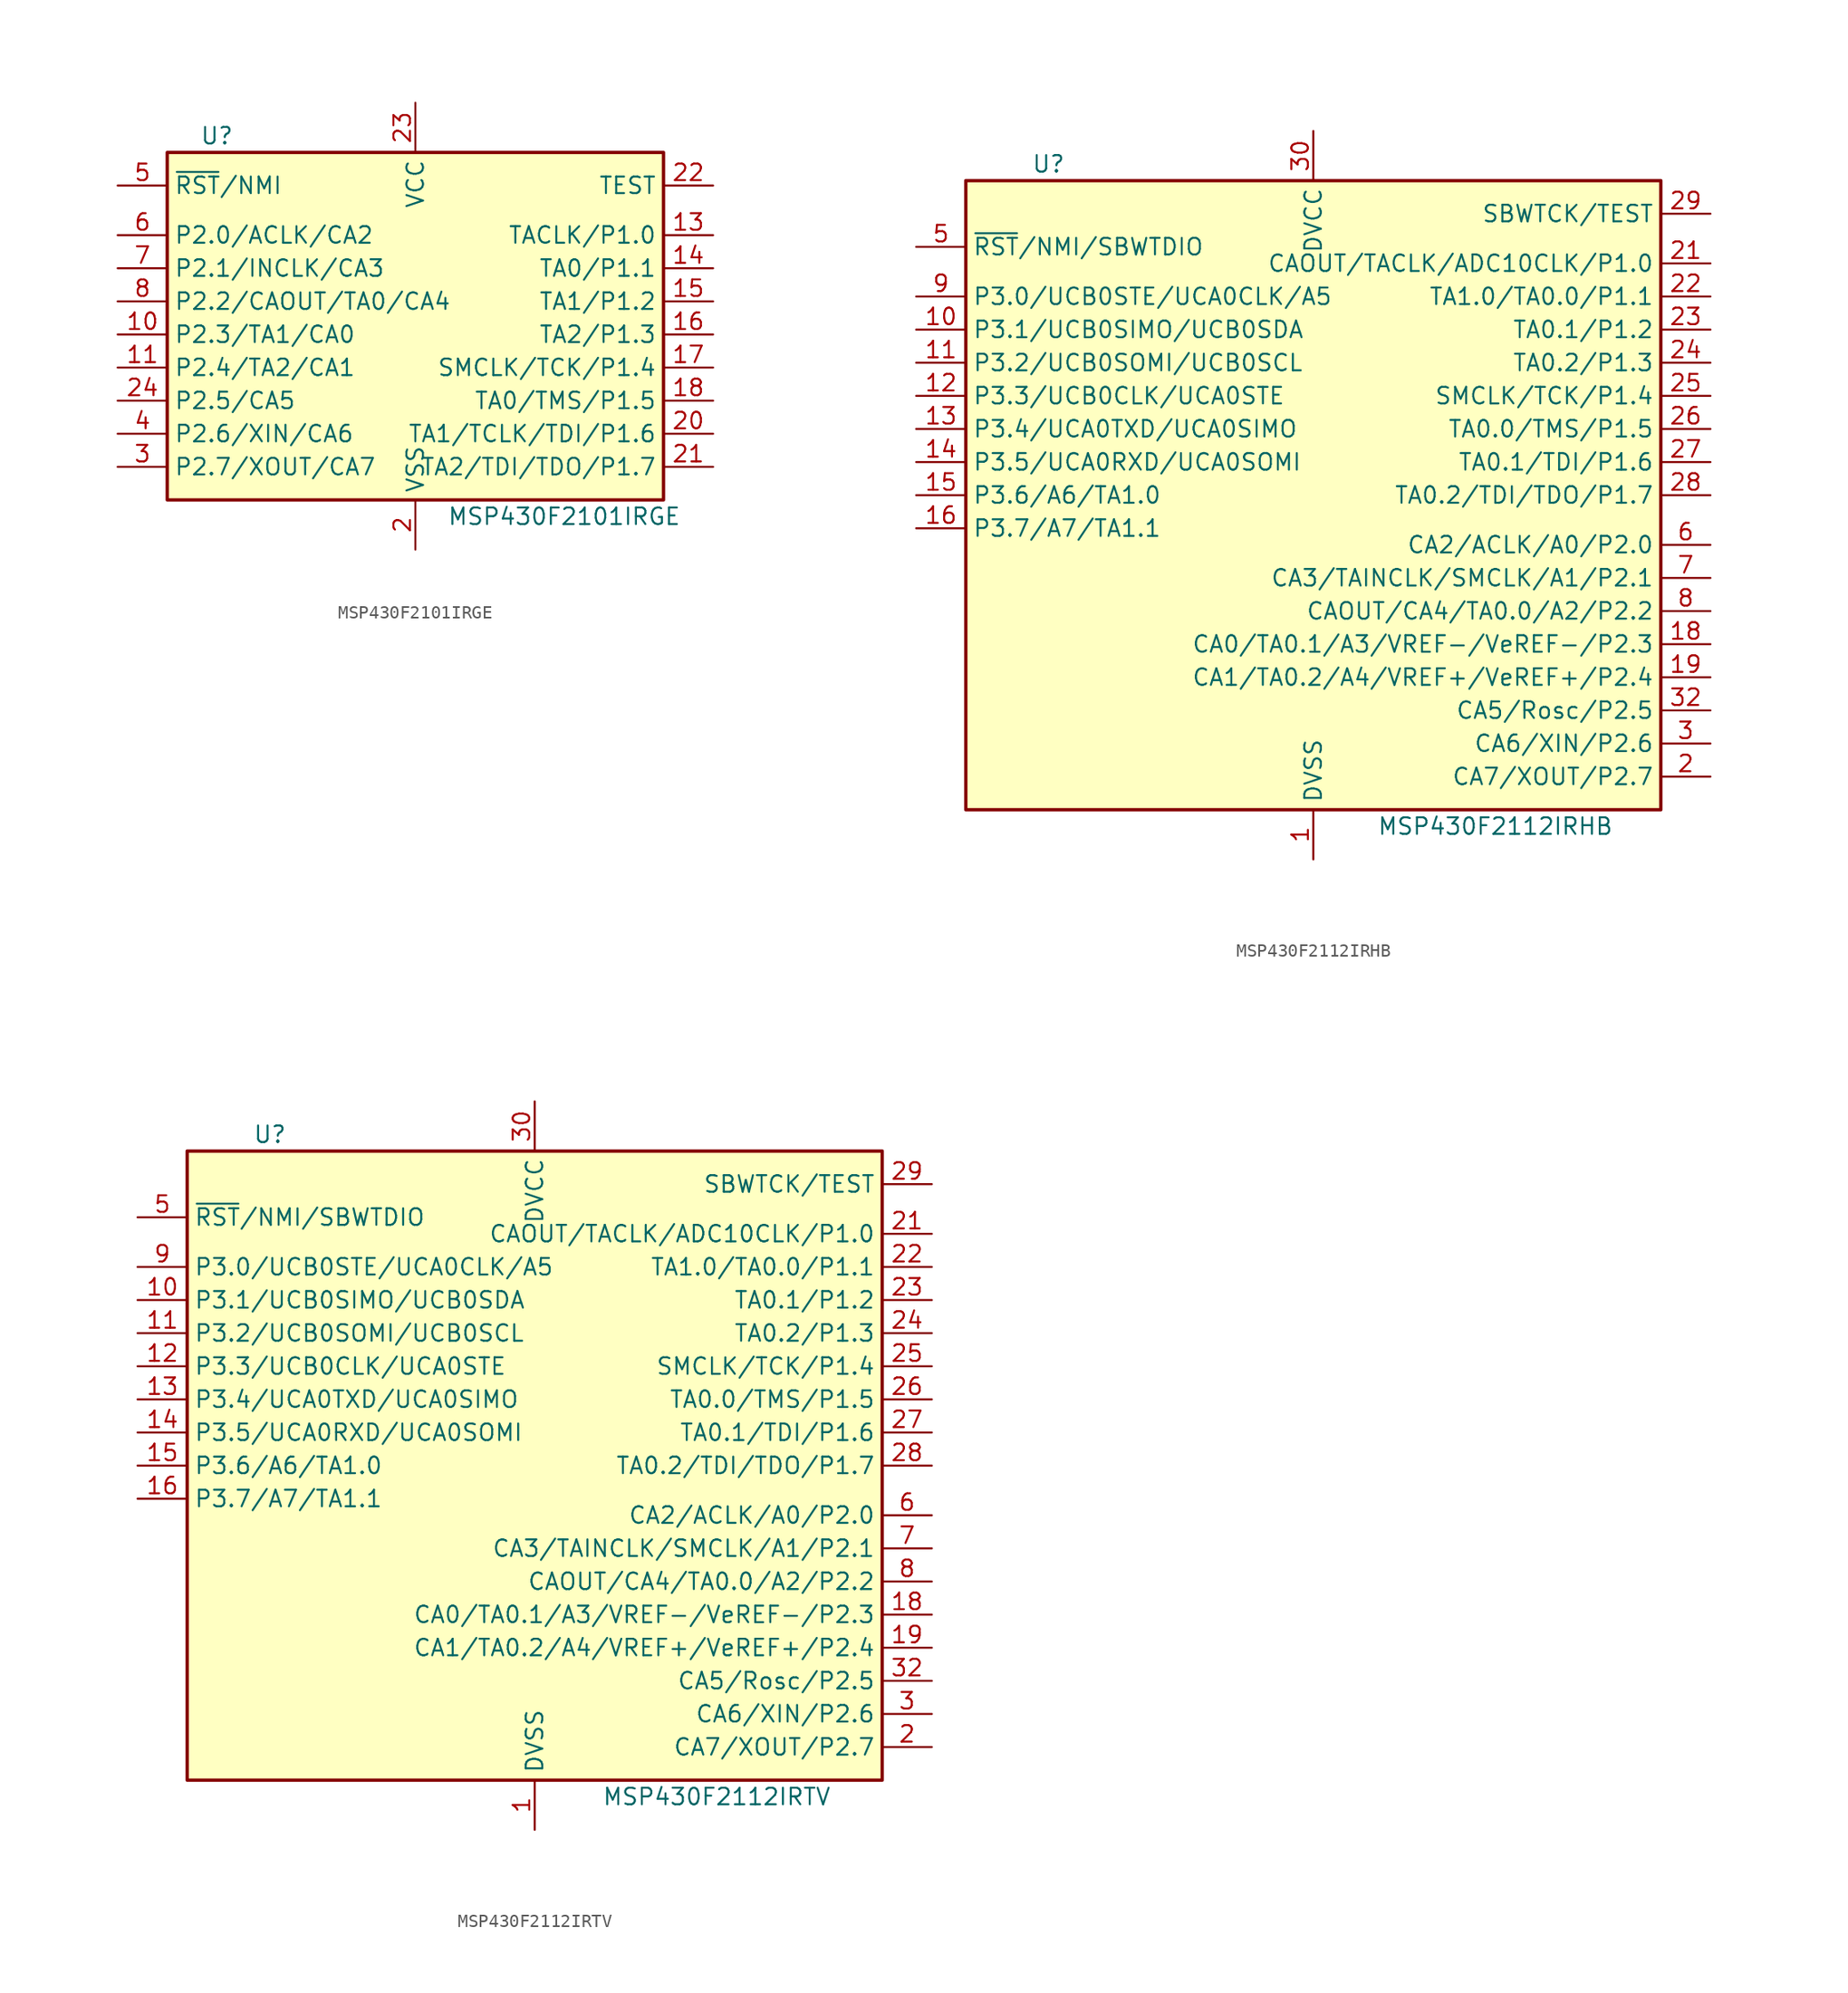
<source format=kicad_sym>
(kicad_symbol_lib
  (version 20201005)
  (generator kicad_symbol_editor)
  (symbol "MSP430F2101IRGE"
    (property "Reference" "U"
      (at -15.24 15.24 0)
      (effects (font (size 1.27 1.27))))
    (property "Value" "MSP430F2101IRGE"
      (at 11.43 -13.97 0)
      (effects (font (size 1.27 1.27))))
    (symbol "MSP430F2101IRGE_0_1"
      (rectangle (start -19.05 13.97) (end 19.05 -12.7) (stroke (width 0.254)) (fill (type background))))
    (symbol "MSP430F2101IRGE_1_1"
      (pin bidirectional line (at -22.86 0 0) (length 3.81) (name "P2.3/TA1/CA0" (effects (font (size 1.27 1.27)))) (number "10" (effects (font (size 1.27 1.27)))))
      (pin bidirectional line (at -22.86 -2.54 0) (length 3.81) (name "P2.4/TA2/CA1" (effects (font (size 1.27 1.27)))) (number "11" (effects (font (size 1.27 1.27)))))
      (pin bidirectional line (at 22.86 7.62 180) (length 3.81) (name "TACLK/P1.0" (effects (font (size 1.27 1.27)))) (number "13" (effects (font (size 1.27 1.27)))))
      (pin bidirectional line (at 22.86 5.08 180) (length 3.81) (name "TA0/P1.1" (effects (font (size 1.27 1.27)))) (number "14" (effects (font (size 1.27 1.27)))))
      (pin bidirectional line (at 22.86 2.54 180) (length 3.81) (name "TA1/P1.2" (effects (font (size 1.27 1.27)))) (number "15" (effects (font (size 1.27 1.27)))))
      (pin bidirectional line (at 22.86 0 180) (length 3.81) (name "TA2/P1.3" (effects (font (size 1.27 1.27)))) (number "16" (effects (font (size 1.27 1.27)))))
      (pin bidirectional line (at 22.86 -2.54 180) (length 3.81) (name "SMCLK/TCK/P1.4" (effects (font (size 1.27 1.27)))) (number "17" (effects (font (size 1.27 1.27)))))
      (pin bidirectional line (at 22.86 -5.08 180) (length 3.81) (name "TA0/TMS/P1.5" (effects (font (size 1.27 1.27)))) (number "18" (effects (font (size 1.27 1.27)))))
      (pin power_in line (at 0 -16.51 90) (length 3.81) (name "VSS" (effects (font (size 1.27 1.27)))) (number "2" (effects (font (size 1.27 1.27)))))
      (pin bidirectional line (at 22.86 -7.62 180) (length 3.81) (name "TA1/TCLK/TDI/P1.6" (effects (font (size 1.27 1.27)))) (number "20" (effects (font (size 1.27 1.27)))))
      (pin bidirectional line (at 22.86 -10.16 180) (length 3.81) (name "TA2/TDI/TDO/P1.7" (effects (font (size 1.27 1.27)))) (number "21" (effects (font (size 1.27 1.27)))))
      (pin input line (at 22.86 11.43 180) (length 3.81) (name "TEST" (effects (font (size 1.27 1.27)))) (number "22" (effects (font (size 1.27 1.27)))))
      (pin power_in line (at 0 17.78 270) (length 3.81) (name "VCC" (effects (font (size 1.27 1.27)))) (number "23" (effects (font (size 1.27 1.27)))))
      (pin bidirectional line (at -22.86 -5.08 0) (length 3.81) (name "P2.5/CA5" (effects (font (size 1.27 1.27)))) (number "24" (effects (font (size 1.27 1.27)))))
      (pin bidirectional line (at -22.86 -10.16 0) (length 3.81) (name "P2.7/XOUT/CA7" (effects (font (size 1.27 1.27)))) (number "3" (effects (font (size 1.27 1.27)))))
      (pin bidirectional line (at -22.86 -7.62 0) (length 3.81) (name "P2.6/XIN/CA6" (effects (font (size 1.27 1.27)))) (number "4" (effects (font (size 1.27 1.27)))))
      (pin input line (at -22.86 11.43 0) (length 3.81) (name "~RST~/NMI" (effects (font (size 1.27 1.27)))) (number "5" (effects (font (size 1.27 1.27)))))
      (pin bidirectional line (at -22.86 7.62 0) (length 3.81) (name "P2.0/ACLK/CA2" (effects (font (size 1.27 1.27)))) (number "6" (effects (font (size 1.27 1.27)))))
      (pin bidirectional line (at -22.86 5.08 0) (length 3.81) (name "P2.1/INCLK/CA3" (effects (font (size 1.27 1.27)))) (number "7" (effects (font (size 1.27 1.27)))))
      (pin bidirectional line (at -22.86 2.54 0) (length 3.81) (name "P2.2/CAOUT/TA0/CA4" (effects (font (size 1.27 1.27)))) (number "8" (effects (font (size 1.27 1.27)))))))
  (symbol "MSP430F2112IRHB"
    (property "Reference" "U"
      (at -20.32 25.4 0)
      (effects (font (size 1.27 1.27))))
    (property "Value" "MSP430F2112IRHB"
      (at 13.97 -25.4 0)
      (effects (font (size 1.27 1.27))))
    (symbol "MSP430F2112IRHB_0_1"
      (rectangle (start -26.67 24.13) (end 26.67 -24.13) (stroke (width 0.254)) (fill (type background))))
    (symbol "MSP430F2112IRHB_1_1"
      (pin power_in line (at 0 -27.94 90) (length 3.81) (name "DVSS" (effects (font (size 1.27 1.27)))) (number "1" (effects (font (size 1.27 1.27)))))
      (pin bidirectional line (at -30.48 12.7 0) (length 3.81) (name "P3.1/UCB0SIMO/UCB0SDA" (effects (font (size 1.27 1.27)))) (number "10" (effects (font (size 1.27 1.27)))))
      (pin bidirectional line (at -30.48 10.16 0) (length 3.81) (name "P3.2/UCB0SOMI/UCB0SCL" (effects (font (size 1.27 1.27)))) (number "11" (effects (font (size 1.27 1.27)))))
      (pin bidirectional line (at -30.48 7.62 0) (length 3.81) (name "P3.3/UCB0CLK/UCA0STE" (effects (font (size 1.27 1.27)))) (number "12" (effects (font (size 1.27 1.27)))))
      (pin bidirectional line (at -30.48 5.08 0) (length 3.81) (name "P3.4/UCA0TXD/UCA0SIMO" (effects (font (size 1.27 1.27)))) (number "13" (effects (font (size 1.27 1.27)))))
      (pin bidirectional line (at -30.48 2.54 0) (length 3.81) (name "P3.5/UCA0RXD/UCA0SOMI" (effects (font (size 1.27 1.27)))) (number "14" (effects (font (size 1.27 1.27)))))
      (pin bidirectional line (at -30.48 0 0) (length 3.81) (name "P3.6/A6/TA1.0" (effects (font (size 1.27 1.27)))) (number "15" (effects (font (size 1.27 1.27)))))
      (pin bidirectional line (at -30.48 -2.54 0) (length 3.81) (name "P3.7/A7/TA1.1" (effects (font (size 1.27 1.27)))) (number "16" (effects (font (size 1.27 1.27)))))
      (pin bidirectional line (at 30.48 -11.43 180) (length 3.81) (name "CA0/TA0.1/A3/VREF-/VeREF-/P2.3" (effects (font (size 1.27 1.27)))) (number "18" (effects (font (size 1.27 1.27)))))
      (pin bidirectional line (at 30.48 -13.97 180) (length 3.81) (name "CA1/TA0.2/A4/VREF+/VeREF+/P2.4" (effects (font (size 1.27 1.27)))) (number "19" (effects (font (size 1.27 1.27)))))
      (pin bidirectional line (at 30.48 -21.59 180) (length 3.81) (name "CA7/XOUT/P2.7" (effects (font (size 1.27 1.27)))) (number "2" (effects (font (size 1.27 1.27)))))
      (pin bidirectional line (at 30.48 17.78 180) (length 3.81) (name "CAOUT/TACLK/ADC10CLK/P1.0" (effects (font (size 1.27 1.27)))) (number "21" (effects (font (size 1.27 1.27)))))
      (pin bidirectional line (at 30.48 15.24 180) (length 3.81) (name "TA1.0/TA0.0/P1.1" (effects (font (size 1.27 1.27)))) (number "22" (effects (font (size 1.27 1.27)))))
      (pin bidirectional line (at 30.48 12.7 180) (length 3.81) (name "TA0.1/P1.2" (effects (font (size 1.27 1.27)))) (number "23" (effects (font (size 1.27 1.27)))))
      (pin bidirectional line (at 30.48 10.16 180) (length 3.81) (name "TA0.2/P1.3" (effects (font (size 1.27 1.27)))) (number "24" (effects (font (size 1.27 1.27)))))
      (pin bidirectional line (at 30.48 7.62 180) (length 3.81) (name "SMCLK/TCK/P1.4" (effects (font (size 1.27 1.27)))) (number "25" (effects (font (size 1.27 1.27)))))
      (pin bidirectional line (at 30.48 5.08 180) (length 3.81) (name "TA0.0/TMS/P1.5" (effects (font (size 1.27 1.27)))) (number "26" (effects (font (size 1.27 1.27)))))
      (pin bidirectional line (at 30.48 2.54 180) (length 3.81) (name "TA0.1/TDI/P1.6" (effects (font (size 1.27 1.27)))) (number "27" (effects (font (size 1.27 1.27)))))
      (pin bidirectional line (at 30.48 0 180) (length 3.81) (name "TA0.2/TDI/TDO/P1.7" (effects (font (size 1.27 1.27)))) (number "28" (effects (font (size 1.27 1.27)))))
      (pin input line (at 30.48 21.59 180) (length 3.81) (name "SBWTCK/TEST" (effects (font (size 1.27 1.27)))) (number "29" (effects (font (size 1.27 1.27)))))
      (pin bidirectional line (at 30.48 -19.05 180) (length 3.81) (name "CA6/XIN/P2.6" (effects (font (size 1.27 1.27)))) (number "3" (effects (font (size 1.27 1.27)))))
      (pin power_in line (at 0 27.94 270) (length 3.81) (name "DVCC" (effects (font (size 1.27 1.27)))) (number "30" (effects (font (size 1.27 1.27)))))
      (pin bidirectional line (at 30.48 -16.51 180) (length 3.81) (name "CA5/Rosc/P2.5" (effects (font (size 1.27 1.27)))) (number "32" (effects (font (size 1.27 1.27)))))
      (pin bidirectional line (at -30.48 19.05 0) (length 3.81) (name "~RST~/NMI/SBWTDIO" (effects (font (size 1.27 1.27)))) (number "5" (effects (font (size 1.27 1.27)))))
      (pin bidirectional line (at 30.48 -3.81 180) (length 3.81) (name "CA2/ACLK/A0/P2.0" (effects (font (size 1.27 1.27)))) (number "6" (effects (font (size 1.27 1.27)))))
      (pin bidirectional line (at 30.48 -6.35 180) (length 3.81) (name "CA3/TAINCLK/SMCLK/A1/P2.1" (effects (font (size 1.27 1.27)))) (number "7" (effects (font (size 1.27 1.27)))))
      (pin bidirectional line (at 30.48 -8.89 180) (length 3.81) (name "CAOUT/CA4/TA0.0/A2/P2.2" (effects (font (size 1.27 1.27)))) (number "8" (effects (font (size 1.27 1.27)))))
      (pin bidirectional line (at -30.48 15.24 0) (length 3.81) (name "P3.0/UCB0STE/UCA0CLK/A5" (effects (font (size 1.27 1.27)))) (number "9" (effects (font (size 1.27 1.27)))))))
  (symbol "MSP430F2112IRTV"
    (property "Reference" "U"
      (at -20.32 25.4 0)
      (effects (font (size 1.27 1.27))))
    (property "Value" "MSP430F2112IRTV"
      (at 13.97 -25.4 0)
      (effects (font (size 1.27 1.27))))
    (symbol "MSP430F2112IRTV_0_1"
      (rectangle (start -26.67 24.13) (end 26.67 -24.13) (stroke (width 0.254)) (fill (type background))))
    (symbol "MSP430F2112IRTV_1_1"
      (pin power_in line (at 0 -27.94 90) (length 3.81) (name "DVSS" (effects (font (size 1.27 1.27)))) (number "1" (effects (font (size 1.27 1.27)))))
      (pin bidirectional line (at -30.48 12.7 0) (length 3.81) (name "P3.1/UCB0SIMO/UCB0SDA" (effects (font (size 1.27 1.27)))) (number "10" (effects (font (size 1.27 1.27)))))
      (pin bidirectional line (at -30.48 10.16 0) (length 3.81) (name "P3.2/UCB0SOMI/UCB0SCL" (effects (font (size 1.27 1.27)))) (number "11" (effects (font (size 1.27 1.27)))))
      (pin bidirectional line (at -30.48 7.62 0) (length 3.81) (name "P3.3/UCB0CLK/UCA0STE" (effects (font (size 1.27 1.27)))) (number "12" (effects (font (size 1.27 1.27)))))
      (pin bidirectional line (at -30.48 5.08 0) (length 3.81) (name "P3.4/UCA0TXD/UCA0SIMO" (effects (font (size 1.27 1.27)))) (number "13" (effects (font (size 1.27 1.27)))))
      (pin bidirectional line (at -30.48 2.54 0) (length 3.81) (name "P3.5/UCA0RXD/UCA0SOMI" (effects (font (size 1.27 1.27)))) (number "14" (effects (font (size 1.27 1.27)))))
      (pin bidirectional line (at -30.48 0 0) (length 3.81) (name "P3.6/A6/TA1.0" (effects (font (size 1.27 1.27)))) (number "15" (effects (font (size 1.27 1.27)))))
      (pin bidirectional line (at -30.48 -2.54 0) (length 3.81) (name "P3.7/A7/TA1.1" (effects (font (size 1.27 1.27)))) (number "16" (effects (font (size 1.27 1.27)))))
      (pin bidirectional line (at 30.48 -11.43 180) (length 3.81) (name "CA0/TA0.1/A3/VREF-/VeREF-/P2.3" (effects (font (size 1.27 1.27)))) (number "18" (effects (font (size 1.27 1.27)))))
      (pin bidirectional line (at 30.48 -13.97 180) (length 3.81) (name "CA1/TA0.2/A4/VREF+/VeREF+/P2.4" (effects (font (size 1.27 1.27)))) (number "19" (effects (font (size 1.27 1.27)))))
      (pin bidirectional line (at 30.48 -21.59 180) (length 3.81) (name "CA7/XOUT/P2.7" (effects (font (size 1.27 1.27)))) (number "2" (effects (font (size 1.27 1.27)))))
      (pin bidirectional line (at 30.48 17.78 180) (length 3.81) (name "CAOUT/TACLK/ADC10CLK/P1.0" (effects (font (size 1.27 1.27)))) (number "21" (effects (font (size 1.27 1.27)))))
      (pin bidirectional line (at 30.48 15.24 180) (length 3.81) (name "TA1.0/TA0.0/P1.1" (effects (font (size 1.27 1.27)))) (number "22" (effects (font (size 1.27 1.27)))))
      (pin bidirectional line (at 30.48 12.7 180) (length 3.81) (name "TA0.1/P1.2" (effects (font (size 1.27 1.27)))) (number "23" (effects (font (size 1.27 1.27)))))
      (pin bidirectional line (at 30.48 10.16 180) (length 3.81) (name "TA0.2/P1.3" (effects (font (size 1.27 1.27)))) (number "24" (effects (font (size 1.27 1.27)))))
      (pin bidirectional line (at 30.48 7.62 180) (length 3.81) (name "SMCLK/TCK/P1.4" (effects (font (size 1.27 1.27)))) (number "25" (effects (font (size 1.27 1.27)))))
      (pin bidirectional line (at 30.48 5.08 180) (length 3.81) (name "TA0.0/TMS/P1.5" (effects (font (size 1.27 1.27)))) (number "26" (effects (font (size 1.27 1.27)))))
      (pin bidirectional line (at 30.48 2.54 180) (length 3.81) (name "TA0.1/TDI/P1.6" (effects (font (size 1.27 1.27)))) (number "27" (effects (font (size 1.27 1.27)))))
      (pin bidirectional line (at 30.48 0 180) (length 3.81) (name "TA0.2/TDI/TDO/P1.7" (effects (font (size 1.27 1.27)))) (number "28" (effects (font (size 1.27 1.27)))))
      (pin input line (at 30.48 21.59 180) (length 3.81) (name "SBWTCK/TEST" (effects (font (size 1.27 1.27)))) (number "29" (effects (font (size 1.27 1.27)))))
      (pin bidirectional line (at 30.48 -19.05 180) (length 3.81) (name "CA6/XIN/P2.6" (effects (font (size 1.27 1.27)))) (number "3" (effects (font (size 1.27 1.27)))))
      (pin power_in line (at 0 27.94 270) (length 3.81) (name "DVCC" (effects (font (size 1.27 1.27)))) (number "30" (effects (font (size 1.27 1.27)))))
      (pin bidirectional line (at 30.48 -16.51 180) (length 3.81) (name "CA5/Rosc/P2.5" (effects (font (size 1.27 1.27)))) (number "32" (effects (font (size 1.27 1.27)))))
      (pin bidirectional line (at -30.48 19.05 0) (length 3.81) (name "~RST~/NMI/SBWTDIO" (effects (font (size 1.27 1.27)))) (number "5" (effects (font (size 1.27 1.27)))))
      (pin bidirectional line (at 30.48 -3.81 180) (length 3.81) (name "CA2/ACLK/A0/P2.0" (effects (font (size 1.27 1.27)))) (number "6" (effects (font (size 1.27 1.27)))))
      (pin bidirectional line (at 30.48 -6.35 180) (length 3.81) (name "CA3/TAINCLK/SMCLK/A1/P2.1" (effects (font (size 1.27 1.27)))) (number "7" (effects (font (size 1.27 1.27)))))
      (pin bidirectional line (at 30.48 -8.89 180) (length 3.81) (name "CAOUT/CA4/TA0.0/A2/P2.2" (effects (font (size 1.27 1.27)))) (number "8" (effects (font (size 1.27 1.27)))))
      (pin bidirectional line (at -30.48 15.24 0) (length 3.81) (name "P3.0/UCB0STE/UCA0CLK/A5" (effects (font (size 1.27 1.27)))) (number "9" (effects (font (size 1.27 1.27))))))))
</source>
